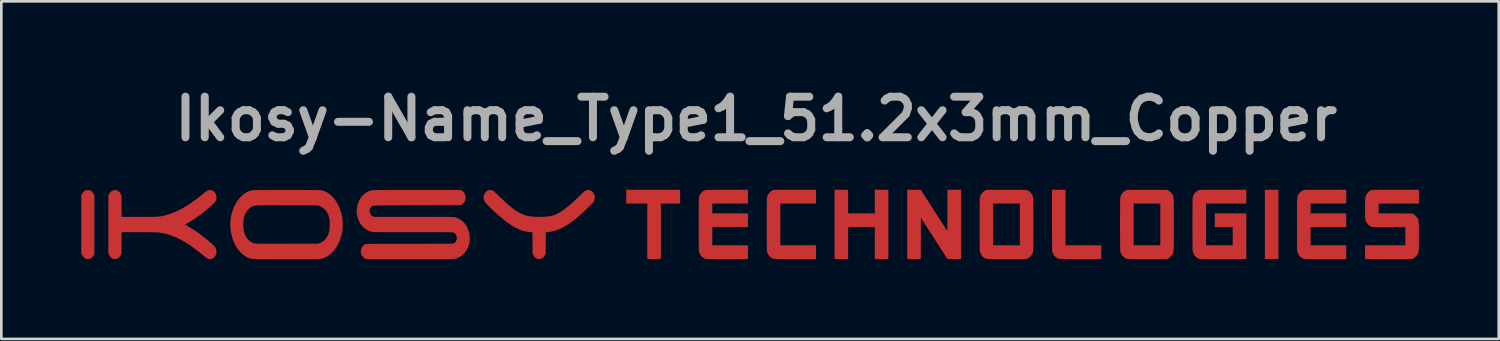
<source format=kicad_pcb>
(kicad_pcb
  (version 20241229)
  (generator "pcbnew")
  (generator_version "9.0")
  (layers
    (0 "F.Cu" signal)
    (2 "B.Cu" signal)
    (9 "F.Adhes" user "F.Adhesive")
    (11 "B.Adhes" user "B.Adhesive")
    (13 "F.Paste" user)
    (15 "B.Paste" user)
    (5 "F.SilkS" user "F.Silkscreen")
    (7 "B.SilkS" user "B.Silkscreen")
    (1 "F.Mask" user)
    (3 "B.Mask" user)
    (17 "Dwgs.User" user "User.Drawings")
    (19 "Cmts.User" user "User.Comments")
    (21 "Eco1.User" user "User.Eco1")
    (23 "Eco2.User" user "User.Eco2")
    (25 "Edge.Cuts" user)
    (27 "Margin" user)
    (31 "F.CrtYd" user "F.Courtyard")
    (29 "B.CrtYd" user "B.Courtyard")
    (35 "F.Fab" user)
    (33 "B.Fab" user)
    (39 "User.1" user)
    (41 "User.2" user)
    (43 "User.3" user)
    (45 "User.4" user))
  (footprint "Ikosy-Name_Type1_51.2x3mm_Copper"
    (layer "F.Cu")
    (at 25.363 5.418)
    (property "Reference" "Ikosy-Name_Type1_51.2x3mm_Copper" (at 0 -4 0) (layer "F.Fab") (effects (font (size 1.524 1.524) (thickness 0.3))))
    (attr board_only exclude_from_pos_files exclude_from_bom)
    (fp_poly (pts (xy 19.624 1.267) (xy 19.115 1.267) (xy 19.115 -1.338) (xy 19.624 -1.338)) (stroke (width 0) (type solid)) (fill yes) (layer "F.Cu"))
    (fp_poly (pts (xy -2.857 -0.821) (xy -3.581 -0.821) (xy -3.581 1.267) (xy -4.09 1.267) (xy -4.09 -0.821) (xy -4.88 -0.821) (xy -4.88 -1.338) (xy -2.857 -1.338)) (stroke (width 0) (type solid)) (fill yes) (layer "F.Cu"))
    (fp_poly (pts (xy 3.456 -0.451) (xy 4.458 -0.451) (xy 4.458 -1.338) (xy 4.968 -1.338) (xy 4.968 1.267) (xy 4.458 1.267) (xy 4.458 0.067) (xy 3.456 0.067) (xy 3.456 1.267) (xy 2.946 1.267) (xy 2.946 -1.338) (xy 3.456 -1.338)) (stroke (width 0) (type solid)) (fill yes) (layer "F.Cu"))
    (fp_poly (pts (xy 6.187 -1.334) (xy 7.183 0.212) (xy 7.185 -0.563) (xy 7.188 -1.338) (xy 7.697 -1.338) (xy 7.697 1.268) (xy 7.441 1.265) (xy 7.185 1.263) (xy 6.687 0.49) (xy 6.189 -0.283) (xy 6.187 0.492) (xy 6.185 1.267) (xy 5.675 1.267) (xy 5.675 -1.339)) (stroke (width 0) (type solid)) (fill yes) (layer "F.Cu"))
    (fp_poly (pts (xy -25.073 -1.325) (xy -25.047 -1.323) (xy -25.027 -1.317) (xy -25.006 -1.306) (xy -25.002 -1.304) (xy -24.951 -1.266) (xy -24.91 -1.216) (xy -24.89 -1.182) (xy -24.867 -1.137) (xy -24.867 1.074) (xy -24.884 1.113) (xy -24.913 1.16) (xy -24.952 1.203) (xy -24.996 1.237) (xy -25.013 1.246) (xy -25.065 1.264) (xy -25.122 1.268) (xy -25.178 1.258) (xy -25.204 1.248) (xy -25.245 1.222) (xy -25.284 1.184) (xy -25.318 1.14) (xy -25.341 1.096) (xy -25.36 1.049) (xy -25.36 -1.112) (xy -25.341 -1.159) (xy -25.318 -1.202) (xy -25.287 -1.245) (xy -25.25 -1.281) (xy -25.214 -1.307) (xy -25.213 -1.308) (xy -25.191 -1.318) (xy -25.167 -1.323) (xy -25.134 -1.326) (xy -25.109 -1.326)) (stroke (width 0) (type solid)) (fill yes) (layer "F.Cu"))
    (fp_poly (pts (xy 11.626 0.749) (xy 12.966 0.749) (xy 12.966 1.267) (xy 12.183 1.267) (xy 12.046 1.267) (xy 11.925 1.266) (xy 11.819 1.266) (xy 11.726 1.266) (xy 11.646 1.265) (xy 11.578 1.264) (xy 11.521 1.264) (xy 11.475 1.263) (xy 11.438 1.262) (xy 11.409 1.26) (xy 11.388 1.259) (xy 11.374 1.257) (xy 11.366 1.255) (xy 11.304 1.228) (xy 11.248 1.187) (xy 11.199 1.135) (xy 11.161 1.074) (xy 11.133 1.007) (xy 11.125 0.972) (xy 11.124 0.957) (xy 11.122 0.925) (xy 11.121 0.877) (xy 11.12 0.814) (xy 11.12 0.735) (xy 11.119 0.64) (xy 11.118 0.531) (xy 11.118 0.406) (xy 11.117 0.267) (xy 11.117 0.113) (xy 11.117 -0.055) (xy 11.117 -0.205) (xy 11.117 -1.338) (xy 11.626 -1.338)) (stroke (width 0) (type solid)) (fill yes) (layer "F.Cu"))
    (fp_poly (pts (xy 2.247 -0.821) (xy 0.907 -0.821) (xy 0.907 0.749) (xy 2.247 0.749) (xy 2.247 1.267) (xy 1.464 1.267) (xy 1.327 1.267) (xy 1.206 1.266) (xy 1.1 1.266) (xy 1.007 1.266) (xy 0.927 1.265) (xy 0.859 1.264) (xy 0.802 1.264) (xy 0.756 1.263) (xy 0.719 1.262) (xy 0.69 1.26) (xy 0.669 1.259) (xy 0.655 1.257) (xy 0.647 1.255) (xy 0.585 1.228) (xy 0.529 1.187) (xy 0.481 1.135) (xy 0.442 1.074) (xy 0.414 1.007) (xy 0.406 0.972) (xy 0.405 0.956) (xy 0.403 0.924) (xy 0.402 0.876) (xy 0.401 0.813) (xy 0.4 0.734) (xy 0.399 0.641) (xy 0.399 0.532) (xy 0.398 0.41) (xy 0.398 0.273) (xy 0.398 0.123) (xy 0.398 -0.036) (xy 0.398 -0.199) (xy 0.398 -0.349) (xy 0.398 -0.485) (xy 0.399 -0.607) (xy 0.399 -0.715) (xy 0.4 -0.808) (xy 0.401 -0.886) (xy 0.402 -0.949) (xy 0.403 -0.997) (xy 0.405 -1.028) (xy 0.406 -1.043) (xy 0.427 -1.112) (xy 0.46 -1.177) (xy 0.505 -1.234) (xy 0.558 -1.281) (xy 0.602 -1.307) (xy 0.656 -1.334) (xy 1.452 -1.337) (xy 2.247 -1.339)) (stroke (width 0) (type solid)) (fill yes) (layer "F.Cu"))
    (fp_poly (pts (xy -0.309 -0.821) (xy -1.649 -0.821) (xy -1.649 -0.451) (xy -0.309 -0.451) (xy -0.309 0.067) (xy -1.649 0.067) (xy -1.649 0.749) (xy -0.309 0.749) (xy -0.309 1.267) (xy -1.092 1.267) (xy -1.229 1.267) (xy -1.35 1.266) (xy -1.457 1.266) (xy -1.55 1.266) (xy -1.629 1.265) (xy -1.697 1.264) (xy -1.754 1.264) (xy -1.8 1.263) (xy -1.838 1.262) (xy -1.866 1.26) (xy -1.887 1.259) (xy -1.902 1.257) (xy -1.91 1.255) (xy -1.971 1.228) (xy -2.027 1.187) (xy -2.076 1.135) (xy -2.115 1.074) (xy -2.142 1.007) (xy -2.15 0.972) (xy -2.152 0.956) (xy -2.153 0.924) (xy -2.154 0.876) (xy -2.155 0.813) (xy -2.156 0.734) (xy -2.157 0.641) (xy -2.158 0.532) (xy -2.158 0.41) (xy -2.158 0.273) (xy -2.159 0.123) (xy -2.159 -0.036) (xy -2.159 -0.199) (xy -2.158 -0.349) (xy -2.158 -0.485) (xy -2.158 -0.607) (xy -2.157 -0.715) (xy -2.156 -0.808) (xy -2.155 -0.886) (xy -2.154 -0.949) (xy -2.153 -0.997) (xy -2.152 -1.028) (xy -2.15 -1.043) (xy -2.13 -1.112) (xy -2.096 -1.177) (xy -2.052 -1.234) (xy -1.999 -1.281) (xy -1.955 -1.307) (xy -1.9 -1.334) (xy -1.105 -1.337) (xy -0.309 -1.339)) (stroke (width 0) (type solid)) (fill yes) (layer "F.Cu"))
    (fp_poly (pts (xy 22.173 -0.821) (xy 20.833 -0.821) (xy 20.833 -0.451) (xy 22.173 -0.451) (xy 22.173 0.067) (xy 20.833 0.067) (xy 20.833 0.749) (xy 22.173 0.749) (xy 22.173 1.267) (xy 21.39 1.267) (xy 21.253 1.267) (xy 21.132 1.266) (xy 21.025 1.266) (xy 20.932 1.266) (xy 20.852 1.265) (xy 20.785 1.264) (xy 20.728 1.264) (xy 20.681 1.263) (xy 20.644 1.262) (xy 20.616 1.26) (xy 20.594 1.259) (xy 20.58 1.257) (xy 20.572 1.255) (xy 20.511 1.228) (xy 20.455 1.187) (xy 20.406 1.135) (xy 20.367 1.074) (xy 20.34 1.007) (xy 20.332 0.972) (xy 20.33 0.956) (xy 20.329 0.924) (xy 20.328 0.876) (xy 20.327 0.813) (xy 20.326 0.734) (xy 20.325 0.641) (xy 20.324 0.532) (xy 20.324 0.41) (xy 20.323 0.273) (xy 20.323 0.123) (xy 20.323 -0.036) (xy 20.323 -0.199) (xy 20.323 -0.349) (xy 20.324 -0.485) (xy 20.324 -0.607) (xy 20.325 -0.715) (xy 20.326 -0.808) (xy 20.327 -0.886) (xy 20.328 -0.949) (xy 20.329 -0.997) (xy 20.33 -1.028) (xy 20.332 -1.043) (xy 20.352 -1.112) (xy 20.386 -1.177) (xy 20.43 -1.234) (xy 20.483 -1.281) (xy 20.527 -1.307) (xy 20.582 -1.334) (xy 21.377 -1.337) (xy 22.173 -1.339)) (stroke (width 0) (type solid)) (fill yes) (layer "F.Cu"))
    (fp_poly (pts (xy 18.416 -0.821) (xy 16.904 -0.821) (xy 16.904 0.749) (xy 17.906 0.749) (xy 17.906 0.067) (xy 17.232 0.067) (xy 17.232 -0.451) (xy 18.416 -0.451) (xy 18.416 1.267) (xy 17.547 1.267) (xy 17.403 1.267) (xy 17.274 1.266) (xy 17.16 1.266) (xy 17.06 1.266) (xy 16.973 1.265) (xy 16.899 1.265) (xy 16.836 1.264) (xy 16.783 1.263) (xy 16.74 1.262) (xy 16.706 1.261) (xy 16.68 1.26) (xy 16.661 1.258) (xy 16.648 1.257) (xy 16.643 1.255) (xy 16.581 1.228) (xy 16.525 1.187) (xy 16.477 1.135) (xy 16.438 1.074) (xy 16.411 1.007) (xy 16.402 0.972) (xy 16.401 0.956) (xy 16.4 0.924) (xy 16.398 0.876) (xy 16.397 0.813) (xy 16.396 0.734) (xy 16.396 0.641) (xy 16.395 0.532) (xy 16.395 0.41) (xy 16.394 0.273) (xy 16.394 0.123) (xy 16.394 -0.036) (xy 16.394 -0.199) (xy 16.394 -0.349) (xy 16.395 -0.485) (xy 16.395 -0.607) (xy 16.396 -0.715) (xy 16.397 -0.808) (xy 16.397 -0.886) (xy 16.398 -0.949) (xy 16.4 -0.997) (xy 16.401 -1.028) (xy 16.402 -1.043) (xy 16.423 -1.112) (xy 16.457 -1.177) (xy 16.501 -1.234) (xy 16.554 -1.281) (xy 16.598 -1.307) (xy 16.653 -1.334) (xy 17.534 -1.337) (xy 18.416 -1.339)) (stroke (width 0) (type solid)) (fill yes) (layer "F.Cu"))
    (fp_poly (pts (xy 24.902 -0.821) (xy 23.389 -0.821) (xy 23.389 -0.451) (xy 24.016 -0.449) (xy 24.643 -0.447) (xy 24.691 -0.424) (xy 24.733 -0.398) (xy 24.777 -0.361) (xy 24.817 -0.318) (xy 24.849 -0.273) (xy 24.855 -0.264) (xy 24.864 -0.247) (xy 24.871 -0.23) (xy 24.878 -0.213) (xy 24.884 -0.193) (xy 24.888 -0.17) (xy 24.892 -0.143) (xy 24.895 -0.109) (xy 24.897 -0.069) (xy 24.899 -0.019) (xy 24.9 0.04) (xy 24.901 0.11) (xy 24.901 0.193) (xy 24.901 0.29) (xy 24.901 0.402) (xy 24.901 0.408) (xy 24.901 0.521) (xy 24.901 0.618) (xy 24.901 0.702) (xy 24.9 0.773) (xy 24.899 0.833) (xy 24.897 0.883) (xy 24.895 0.924) (xy 24.892 0.958) (xy 24.888 0.986) (xy 24.884 1.009) (xy 24.878 1.028) (xy 24.872 1.046) (xy 24.864 1.062) (xy 24.855 1.079) (xy 24.855 1.08) (xy 24.825 1.125) (xy 24.786 1.169) (xy 24.743 1.208) (xy 24.7 1.236) (xy 24.691 1.241) (xy 24.643 1.263) (xy 23.761 1.265) (xy 22.88 1.268) (xy 22.88 0.749) (xy 24.392 0.749) (xy 24.392 0.068) (xy 23.765 0.065) (xy 23.138 0.063) (xy 23.091 0.041) (xy 23.031 0.004) (xy 22.978 -0.046) (xy 22.935 -0.106) (xy 22.903 -0.174) (xy 22.892 -0.209) (xy 22.889 -0.23) (xy 22.886 -0.267) (xy 22.883 -0.315) (xy 22.881 -0.373) (xy 22.88 -0.439) (xy 22.879 -0.511) (xy 22.878 -0.586) (xy 22.878 -0.663) (xy 22.879 -0.739) (xy 22.88 -0.812) (xy 22.881 -0.88) (xy 22.883 -0.941) (xy 22.885 -0.992) (xy 22.888 -1.032) (xy 22.891 -1.058) (xy 22.892 -1.063) (xy 22.918 -1.134) (xy 22.956 -1.198) (xy 23.005 -1.253) (xy 23.062 -1.296) (xy 23.091 -1.312) (xy 23.138 -1.334) (xy 24.02 -1.337) (xy 24.902 -1.339)) (stroke (width 0) (type solid)) (fill yes) (layer "F.Cu"))
    (fp_poly (pts (xy 10.207 -1.312) (xy 10.249 -1.286) (xy 10.293 -1.25) (xy 10.333 -1.207) (xy 10.365 -1.163) (xy 10.371 -1.152) (xy 10.378 -1.139) (xy 10.384 -1.127) (xy 10.39 -1.115) (xy 10.394 -1.101) (xy 10.399 -1.086) (xy 10.402 -1.068) (xy 10.406 -1.046) (xy 10.408 -1.02) (xy 10.41 -0.987) (xy 10.412 -0.948) (xy 10.414 -0.902) (xy 10.415 -0.847) (xy 10.416 -0.783) (xy 10.417 -0.708) (xy 10.417 -0.623) (xy 10.417 -0.525) (xy 10.418 -0.415) (xy 10.418 -0.29) (xy 10.418 -0.151) (xy 10.418 -0.036) (xy 10.418 0.116) (xy 10.418 0.251) (xy 10.418 0.372) (xy 10.417 0.48) (xy 10.417 0.574) (xy 10.417 0.657) (xy 10.416 0.729) (xy 10.415 0.79) (xy 10.414 0.843) (xy 10.412 0.887) (xy 10.41 0.925) (xy 10.408 0.955) (xy 10.405 0.981) (xy 10.401 1.002) (xy 10.398 1.019) (xy 10.393 1.034) (xy 10.388 1.047) (xy 10.383 1.059) (xy 10.376 1.071) (xy 10.371 1.081) (xy 10.342 1.125) (xy 10.303 1.168) (xy 10.26 1.207) (xy 10.217 1.236) (xy 10.207 1.241) (xy 10.159 1.263) (xy 9.419 1.265) (xy 9.287 1.265) (xy 9.17 1.265) (xy 9.068 1.265) (xy 8.98 1.265) (xy 8.904 1.265) (xy 8.84 1.264) (xy 8.787 1.263) (xy 8.743 1.263) (xy 8.709 1.262) (xy 8.683 1.26) (xy 8.664 1.259) (xy 8.651 1.257) (xy 8.645 1.255) (xy 8.583 1.228) (xy 8.527 1.186) (xy 8.478 1.134) (xy 8.439 1.073) (xy 8.412 1.006) (xy 8.404 0.972) (xy 8.403 0.956) (xy 8.401 0.924) (xy 8.4 0.876) (xy 8.399 0.813) (xy 8.399 0.749) (xy 8.905 0.749) (xy 9.908 0.749) (xy 9.908 -0.821) (xy 8.905 -0.821) (xy 8.905 0.749) (xy 8.399 0.749) (xy 8.398 0.734) (xy 8.398 0.641) (xy 8.397 0.532) (xy 8.396 0.41) (xy 8.396 0.273) (xy 8.396 0.123) (xy 8.396 -0.036) (xy 8.396 -0.199) (xy 8.396 -0.349) (xy 8.396 -0.485) (xy 8.397 -0.607) (xy 8.398 -0.715) (xy 8.398 -0.808) (xy 8.399 -0.886) (xy 8.4 -0.949) (xy 8.402 -0.997) (xy 8.403 -1.028) (xy 8.404 -1.043) (xy 8.425 -1.112) (xy 8.458 -1.177) (xy 8.503 -1.234) (xy 8.556 -1.281) (xy 8.6 -1.307) (xy 8.654 -1.334) (xy 10.159 -1.334)) (stroke (width 0) (type solid)) (fill yes) (layer "F.Cu"))
    (fp_poly (pts (xy 15.484 -1.312) (xy 15.526 -1.286) (xy 15.57 -1.25) (xy 15.61 -1.207) (xy 15.642 -1.163) (xy 15.648 -1.152) (xy 15.655 -1.139) (xy 15.661 -1.127) (xy 15.667 -1.115) (xy 15.672 -1.101) (xy 15.676 -1.086) (xy 15.68 -1.068) (xy 15.683 -1.046) (xy 15.686 -1.02) (xy 15.688 -0.987) (xy 15.69 -0.948) (xy 15.691 -0.902) (xy 15.692 -0.847) (xy 15.693 -0.783) (xy 15.694 -0.708) (xy 15.694 -0.623) (xy 15.695 -0.525) (xy 15.695 -0.415) (xy 15.695 -0.29) (xy 15.695 -0.151) (xy 15.695 -0.036) (xy 15.695 0.116) (xy 15.695 0.251) (xy 15.695 0.372) (xy 15.695 0.48) (xy 15.694 0.574) (xy 15.694 0.657) (xy 15.693 0.729) (xy 15.692 0.79) (xy 15.691 0.843) (xy 15.689 0.887) (xy 15.687 0.925) (xy 15.685 0.955) (xy 15.682 0.981) (xy 15.679 1.002) (xy 15.675 1.019) (xy 15.671 1.034) (xy 15.666 1.047) (xy 15.66 1.059) (xy 15.654 1.071) (xy 15.648 1.081) (xy 15.619 1.125) (xy 15.581 1.168) (xy 15.538 1.207) (xy 15.494 1.236) (xy 15.484 1.241) (xy 15.436 1.263) (xy 14.696 1.265) (xy 14.564 1.265) (xy 14.448 1.265) (xy 14.345 1.265) (xy 14.257 1.265) (xy 14.181 1.265) (xy 14.117 1.264) (xy 14.064 1.263) (xy 14.021 1.263) (xy 13.986 1.262) (xy 13.96 1.26) (xy 13.941 1.259) (xy 13.928 1.257) (xy 13.922 1.255) (xy 13.86 1.228) (xy 13.804 1.186) (xy 13.755 1.134) (xy 13.717 1.073) (xy 13.69 1.006) (xy 13.681 0.972) (xy 13.68 0.956) (xy 13.679 0.924) (xy 13.678 0.876) (xy 13.677 0.813) (xy 13.676 0.749) (xy 14.183 0.749) (xy 15.186 0.749) (xy 15.186 -0.821) (xy 14.183 -0.821) (xy 14.183 0.749) (xy 13.676 0.749) (xy 13.676 0.734) (xy 13.675 0.641) (xy 13.674 0.532) (xy 13.674 0.41) (xy 13.673 0.273) (xy 13.673 0.123) (xy 13.673 -0.036) (xy 13.673 -0.199) (xy 13.673 -0.349) (xy 13.674 -0.485) (xy 13.674 -0.607) (xy 13.675 -0.715) (xy 13.676 -0.808) (xy 13.677 -0.886) (xy 13.678 -0.949) (xy 13.679 -0.997) (xy 13.68 -1.028) (xy 13.681 -1.043) (xy 13.702 -1.112) (xy 13.736 -1.177) (xy 13.78 -1.234) (xy 13.833 -1.281) (xy 13.877 -1.307) (xy 13.932 -1.334) (xy 15.436 -1.334)) (stroke (width 0) (type solid)) (fill yes) (layer "F.Cu"))
    (fp_poly (pts (xy -9.954 -1.327) (xy -9.929 -1.321) (xy -9.903 -1.309) (xy -9.874 -1.29) (xy -9.841 -1.264) (xy -9.801 -1.229) (xy -9.753 -1.184) (xy -9.71 -1.143) (xy -9.598 -1.036) (xy -9.496 -0.94) (xy -9.403 -0.855) (xy -9.318 -0.779) (xy -9.239 -0.712) (xy -9.166 -0.653) (xy -9.097 -0.602) (xy -9.031 -0.556) (xy -8.968 -0.516) (xy -8.906 -0.48) (xy -8.853 -0.452) (xy -8.772 -0.414) (xy -8.695 -0.385) (xy -8.619 -0.362) (xy -8.538 -0.345) (xy -8.447 -0.333) (xy -8.386 -0.328) (xy -8.305 -0.323) (xy -8.217 -0.32) (xy -8.126 -0.32) (xy -8.034 -0.321) (xy -7.945 -0.325) (xy -7.864 -0.33) (xy -7.792 -0.338) (xy -7.745 -0.345) (xy -7.669 -0.361) (xy -7.593 -0.385) (xy -7.515 -0.417) (xy -7.434 -0.457) (xy -7.35 -0.507) (xy -7.261 -0.565) (xy -7.168 -0.634) (xy -7.068 -0.713) (xy -6.962 -0.803) (xy -6.849 -0.905) (xy -6.727 -1.019) (xy -6.622 -1.121) (xy -6.566 -1.175) (xy -6.519 -1.219) (xy -6.481 -1.254) (xy -6.449 -1.28) (xy -6.421 -1.299) (xy -6.396 -1.313) (xy -6.373 -1.321) (xy -6.349 -1.326) (xy -6.325 -1.329) (xy -6.268 -1.325) (xy -6.216 -1.308) (xy -6.17 -1.278) (xy -6.131 -1.239) (xy -6.1 -1.191) (xy -6.078 -1.137) (xy -6.067 -1.078) (xy -6.067 -1.017) (xy -6.08 -0.955) (xy -6.097 -0.911) (xy -6.107 -0.892) (xy -6.12 -0.872) (xy -6.137 -0.85) (xy -6.16 -0.825) (xy -6.19 -0.793) (xy -6.229 -0.753) (xy -6.264 -0.719) (xy -6.404 -0.583) (xy -6.537 -0.459) (xy -6.662 -0.348) (xy -6.781 -0.248) (xy -6.894 -0.16) (xy -7.003 -0.081) (xy -7.108 -0.011) (xy -7.211 0.05) (xy -7.299 0.096) (xy -7.434 0.157) (xy -7.564 0.203) (xy -7.692 0.235) (xy -7.82 0.252) (xy -7.829 0.253) (xy -7.904 0.259) (xy -7.906 0.662) (xy -7.909 1.066) (xy -7.936 1.121) (xy -7.97 1.176) (xy -8.013 1.218) (xy -8.063 1.248) (xy -8.117 1.265) (xy -8.173 1.268) (xy -8.229 1.255) (xy -8.247 1.248) (xy -8.299 1.215) (xy -8.343 1.168) (xy -8.376 1.112) (xy -8.402 1.058) (xy -8.404 0.658) (xy -8.407 0.259) (xy -8.485 0.253) (xy -8.591 0.241) (xy -8.695 0.221) (xy -8.799 0.192) (xy -8.905 0.153) (xy -9.012 0.103) (xy -9.122 0.043) (xy -9.236 -0.028) (xy -9.354 -0.111) (xy -9.478 -0.206) (xy -9.608 -0.314) (xy -9.746 -0.435) (xy -9.803 -0.488) (xy -9.872 -0.552) (xy -9.938 -0.615) (xy -9.999 -0.675) (xy -10.055 -0.732) (xy -10.105 -0.783) (xy -10.146 -0.828) (xy -10.178 -0.865) (xy -10.2 -0.894) (xy -10.209 -0.907) (xy -10.233 -0.973) (xy -10.243 -1.041) (xy -10.237 -1.108) (xy -10.217 -1.172) (xy -10.183 -1.23) (xy -10.164 -1.252) (xy -10.123 -1.29) (xy -10.079 -1.314) (xy -10.027 -1.326) (xy -10.007 -1.328) (xy -9.979 -1.329)) (stroke (width 0) (type solid)) (fill yes) (layer "F.Cu"))
    (fp_poly (pts (xy -24.059 -1.328) (xy -24.007 -1.312) (xy -23.958 -1.283) (xy -23.915 -1.24) (xy -23.878 -1.184) (xy -23.873 -1.174) (xy -23.847 -1.121) (xy -23.845 -0.72) (xy -23.842 -0.319) (xy -23.195 -0.319) (xy -23.065 -0.319) (xy -22.95 -0.319) (xy -22.849 -0.32) (xy -22.76 -0.32) (xy -22.682 -0.321) (xy -22.615 -0.323) (xy -22.557 -0.325) (xy -22.505 -0.327) (xy -22.461 -0.33) (xy -22.421 -0.334) (xy -22.385 -0.338) (xy -22.351 -0.343) (xy -22.318 -0.35) (xy -22.285 -0.357) (xy -22.251 -0.364) (xy -22.236 -0.368) (xy -22.094 -0.407) (xy -21.952 -0.456) (xy -21.809 -0.514) (xy -21.665 -0.583) (xy -21.517 -0.663) (xy -21.366 -0.755) (xy -21.211 -0.858) (xy -21.049 -0.974) (xy -20.882 -1.104) (xy -20.744 -1.216) (xy -20.695 -1.255) (xy -20.656 -1.284) (xy -20.622 -1.305) (xy -20.592 -1.318) (xy -20.563 -1.326) (xy -20.538 -1.329) (xy -20.479 -1.325) (xy -20.425 -1.307) (xy -20.376 -1.274) (xy -20.335 -1.229) (xy -20.303 -1.173) (xy -20.291 -1.139) (xy -20.277 -1.07) (xy -20.279 -1.003) (xy -20.298 -0.939) (xy -20.333 -0.878) (xy -20.337 -0.872) (xy -20.358 -0.848) (xy -20.39 -0.816) (xy -20.431 -0.776) (xy -20.481 -0.732) (xy -20.537 -0.683) (xy -20.597 -0.631) (xy -20.66 -0.579) (xy -20.724 -0.526) (xy -20.787 -0.476) (xy -20.848 -0.428) (xy -20.905 -0.385) (xy -20.933 -0.365) (xy -20.985 -0.329) (xy -21.043 -0.29) (xy -21.105 -0.249) (xy -21.168 -0.207) (xy -21.231 -0.168) (xy -21.29 -0.131) (xy -21.344 -0.098) (xy -21.39 -0.072) (xy -21.425 -0.053) (xy -21.433 -0.049) (xy -21.45 -0.04) (xy -21.459 -0.033) (xy -21.459 -0.032) (xy -21.452 -0.027) (xy -21.434 -0.014) (xy -21.405 0.003) (xy -21.371 0.023) (xy -21.351 0.034) (xy -21.229 0.107) (xy -21.112 0.18) (xy -20.998 0.257) (xy -20.884 0.339) (xy -20.768 0.429) (xy -20.645 0.528) (xy -20.557 0.602) (xy -20.49 0.661) (xy -20.434 0.711) (xy -20.389 0.754) (xy -20.353 0.791) (xy -20.326 0.825) (xy -20.306 0.856) (xy -20.292 0.886) (xy -20.284 0.917) (xy -20.279 0.95) (xy -20.278 0.962) (xy -20.28 1.028) (xy -20.295 1.089) (xy -20.321 1.144) (xy -20.356 1.192) (xy -20.4 1.229) (xy -20.45 1.255) (xy -20.506 1.267) (xy -20.522 1.267) (xy -20.55 1.266) (xy -20.576 1.261) (xy -20.602 1.252) (xy -20.631 1.236) (xy -20.665 1.213) (xy -20.707 1.182) (xy -20.758 1.141) (xy -20.765 1.135) (xy -20.835 1.078) (xy -20.91 1.019) (xy -20.987 0.959) (xy -21.065 0.9) (xy -21.14 0.844) (xy -21.211 0.793) (xy -21.274 0.749) (xy -21.327 0.713) (xy -21.328 0.712) (xy -21.512 0.599) (xy -21.694 0.502) (xy -21.873 0.421) (xy -22.049 0.356) (xy -22.223 0.307) (xy -22.394 0.275) (xy -22.478 0.265) (xy -22.501 0.263) (xy -22.54 0.262) (xy -22.593 0.261) (xy -22.658 0.259) (xy -22.735 0.258) (xy -22.822 0.258) (xy -22.919 0.257) (xy -23.023 0.257) (xy -23.134 0.256) (xy -23.203 0.256) (xy -23.842 0.256) (xy -23.845 0.657) (xy -23.847 1.058) (xy -23.873 1.111) (xy -23.903 1.161) (xy -23.94 1.205) (xy -23.981 1.238) (xy -23.997 1.248) (xy -24.025 1.257) (xy -24.062 1.263) (xy -24.086 1.265) (xy -24.122 1.266) (xy -24.149 1.262) (xy -24.175 1.253) (xy -24.185 1.248) (xy -24.226 1.222) (xy -24.265 1.184) (xy -24.299 1.139) (xy -24.322 1.096) (xy -24.341 1.049) (xy -24.341 -1.112) (xy -24.322 -1.159) (xy -24.305 -1.191) (xy -24.283 -1.226) (xy -24.264 -1.249) (xy -24.217 -1.291) (xy -24.166 -1.318) (xy -24.113 -1.33)) (stroke (width 0) (type solid)) (fill yes) (layer "F.Cu"))
    (fp_poly (pts (xy -17.462 -1.331) (xy -17.334 -1.331) (xy -17.21 -1.331) (xy -17.089 -1.33) (xy -16.973 -1.33) (xy -16.864 -1.329) (xy -16.761 -1.328) (xy -16.667 -1.327) (xy -16.582 -1.326) (xy -16.508 -1.325) (xy -16.445 -1.324) (xy -16.396 -1.322) (xy -16.36 -1.321) (xy -16.339 -1.319) (xy -16.337 -1.319) (xy -16.24 -1.292) (xy -16.146 -1.251) (xy -16.056 -1.195) (xy -15.968 -1.123) (xy -15.93 -1.087) (xy -15.842 -0.986) (xy -15.763 -0.873) (xy -15.695 -0.747) (xy -15.637 -0.609) (xy -15.59 -0.461) (xy -15.553 -0.301) (xy -15.552 -0.295) (xy -15.546 -0.247) (xy -15.541 -0.188) (xy -15.538 -0.12) (xy -15.537 -0.048) (xy -15.537 0.026) (xy -15.539 0.096) (xy -15.543 0.159) (xy -15.549 0.212) (xy -15.552 0.232) (xy -15.588 0.392) (xy -15.634 0.539) (xy -15.691 0.675) (xy -15.759 0.799) (xy -15.838 0.911) (xy -15.927 1.013) (xy -15.931 1.017) (xy -16.017 1.095) (xy -16.103 1.158) (xy -16.192 1.206) (xy -16.283 1.24) (xy -16.34 1.254) (xy -16.35 1.256) (xy -16.362 1.258) (xy -16.378 1.259) (xy -16.397 1.26) (xy -16.421 1.262) (xy -16.45 1.263) (xy -16.486 1.263) (xy -16.529 1.264) (xy -16.58 1.265) (xy -16.64 1.265) (xy -16.709 1.266) (xy -16.788 1.266) (xy -16.878 1.266) (xy -16.98 1.266) (xy -17.095 1.266) (xy -17.223 1.266) (xy -17.366 1.266) (xy -17.523 1.266) (xy -17.659 1.266) (xy -17.802 1.266) (xy -17.941 1.266) (xy -18.074 1.266) (xy -18.201 1.265) (xy -18.321 1.265) (xy -18.433 1.265) (xy -18.536 1.264) (xy -18.63 1.264) (xy -18.712 1.264) (xy -18.783 1.263) (xy -18.842 1.263) (xy -18.887 1.263) (xy -18.918 1.262) (xy -18.934 1.262) (xy -18.936 1.262) (xy -19.037 1.237) (xy -19.135 1.196) (xy -19.228 1.14) (xy -19.318 1.068) (xy -19.337 1.051) (xy -19.428 0.953) (xy -19.509 0.844) (xy -19.579 0.725) (xy -19.638 0.597) (xy -19.687 0.462) (xy -19.723 0.321) (xy -19.747 0.176) (xy -19.759 0.029) (xy -19.759 -0.077) (xy -19.272 -0.077) (xy -19.272 0.025) (xy -19.264 0.124) (xy -19.25 0.218) (xy -19.235 0.28) (xy -19.202 0.366) (xy -19.159 0.446) (xy -19.105 0.517) (xy -19.043 0.578) (xy -18.974 0.627) (xy -18.899 0.663) (xy -18.843 0.68) (xy -18.834 0.681) (xy -18.819 0.683) (xy -18.8 0.684) (xy -18.774 0.685) (xy -18.741 0.686) (xy -18.701 0.687) (xy -18.652 0.688) (xy -18.594 0.688) (xy -18.526 0.689) (xy -18.448 0.689) (xy -18.358 0.689) (xy -18.256 0.69) (xy -18.14 0.69) (xy -18.011 0.69) (xy -17.868 0.69) (xy -17.709 0.689) (xy -17.629 0.689) (xy -16.466 0.688) (xy -16.412 0.669) (xy -16.333 0.634) (xy -16.259 0.585) (xy -16.194 0.523) (xy -16.137 0.451) (xy -16.093 0.37) (xy -16.085 0.352) (xy -16.061 0.286) (xy -16.043 0.217) (xy -16.031 0.141) (xy -16.025 0.056) (xy -16.023 -0.027) (xy -16.024 -0.111) (xy -16.028 -0.182) (xy -16.036 -0.245) (xy -16.049 -0.303) (xy -16.066 -0.362) (xy -16.072 -0.38) (xy -16.11 -0.468) (xy -16.161 -0.546) (xy -16.223 -0.615) (xy -16.294 -0.672) (xy -16.374 -0.716) (xy -16.405 -0.729) (xy -16.466 -0.751) (xy -17.621 -0.753) (xy -17.783 -0.753) (xy -17.93 -0.754) (xy -18.062 -0.754) (xy -18.179 -0.754) (xy -18.284 -0.754) (xy -18.377 -0.754) (xy -18.458 -0.754) (xy -18.529 -0.753) (xy -18.589 -0.753) (xy -18.641 -0.752) (xy -18.685 -0.752) (xy -18.721 -0.751) (xy -18.751 -0.75) (xy -18.775 -0.749) (xy -18.795 -0.748) (xy -18.81 -0.746) (xy -18.823 -0.744) (xy -18.833 -0.743) (xy -18.836 -0.742) (xy -18.886 -0.73) (xy -18.925 -0.716) (xy -18.962 -0.698) (xy -19.001 -0.673) (xy -19.001 -0.673) (xy -19.067 -0.619) (xy -19.126 -0.552) (xy -19.177 -0.476) (xy -19.217 -0.392) (xy -19.231 -0.352) (xy -19.252 -0.27) (xy -19.265 -0.176) (xy -19.272 -0.077) (xy -19.759 -0.077) (xy -19.758 -0.119) (xy -19.744 -0.267) (xy -19.716 -0.413) (xy -19.712 -0.429) (xy -19.668 -0.577) (xy -19.613 -0.714) (xy -19.548 -0.839) (xy -19.471 -0.953) (xy -19.383 -1.057) (xy -19.36 -1.08) (xy -19.279 -1.154) (xy -19.2 -1.214) (xy -19.121 -1.26) (xy -19.039 -1.294) (xy -18.953 -1.317) (xy -18.946 -1.319) (xy -18.929 -1.32) (xy -18.896 -1.322) (xy -18.849 -1.323) (xy -18.789 -1.325) (xy -18.717 -1.326) (xy -18.635 -1.327) (xy -18.543 -1.328) (xy -18.442 -1.329) (xy -18.333 -1.33) (xy -18.219 -1.33) (xy -18.099 -1.331) (xy -17.975 -1.331) (xy -17.848 -1.331) (xy -17.72 -1.332) (xy -17.591 -1.332)) (stroke (width 0) (type solid)) (fill yes) (layer "F.Cu"))
    (fp_poly (pts (xy -13.218 -1.33) (xy -13.044 -1.33) (xy -12.856 -1.33) (xy -12.752 -1.33) (xy -11.115 -1.33) (xy -11.073 -1.311) (xy -11.025 -1.279) (xy -10.981 -1.235) (xy -10.947 -1.182) (xy -10.941 -1.17) (xy -10.924 -1.118) (xy -10.917 -1.058) (xy -10.92 -0.996) (xy -10.932 -0.939) (xy -10.937 -0.926) (xy -10.965 -0.873) (xy -11.004 -0.826) (xy -11.051 -0.789) (xy -11.064 -0.781) (xy -11.106 -0.759) (xy -12.746 -0.755) (xy -12.941 -0.754) (xy -13.121 -0.754) (xy -13.285 -0.754) (xy -13.435 -0.753) (xy -13.572 -0.753) (xy -13.695 -0.753) (xy -13.806 -0.752) (xy -13.905 -0.752) (xy -13.993 -0.751) (xy -14.071 -0.75) (xy -14.139 -0.749) (xy -14.198 -0.748) (xy -14.249 -0.746) (xy -14.292 -0.745) (xy -14.329 -0.743) (xy -14.359 -0.741) (xy -14.383 -0.738) (xy -14.403 -0.735) (xy -14.418 -0.732) (xy -14.43 -0.728) (xy -14.438 -0.724) (xy -14.445 -0.719) (xy -14.45 -0.714) (xy -14.454 -0.708) (xy -14.458 -0.702) (xy -14.463 -0.695) (xy -14.469 -0.687) (xy -14.47 -0.686) (xy -14.497 -0.649) (xy -14.513 -0.609) (xy -14.521 -0.562) (xy -14.522 -0.532) (xy -14.514 -0.472) (xy -14.493 -0.42) (xy -14.458 -0.376) (xy -14.412 -0.343) (xy -14.403 -0.339) (xy -14.361 -0.319) (xy -12.879 -0.319) (xy -12.694 -0.319) (xy -12.525 -0.319) (xy -12.371 -0.319) (xy -12.231 -0.319) (xy -12.104 -0.319) (xy -11.99 -0.319) (xy -11.889 -0.318) (xy -11.799 -0.318) (xy -11.719 -0.318) (xy -11.649 -0.317) (xy -11.589 -0.317) (xy -11.537 -0.316) (xy -11.493 -0.315) (xy -11.455 -0.314) (xy -11.424 -0.313) (xy -11.399 -0.312) (xy -11.379 -0.311) (xy -11.362 -0.31) (xy -11.349 -0.309) (xy -11.339 -0.307) (xy -11.334 -0.306) (xy -11.241 -0.28) (xy -11.156 -0.241) (xy -11.076 -0.189) (xy -11.013 -0.135) (xy -10.954 -0.073) (xy -10.906 -0.01) (xy -10.863 0.061) (xy -10.844 0.101) (xy -10.803 0.205) (xy -10.775 0.312) (xy -10.762 0.419) (xy -10.761 0.526) (xy -10.773 0.632) (xy -10.797 0.734) (xy -10.832 0.832) (xy -10.878 0.923) (xy -10.935 1.007) (xy -11.002 1.082) (xy -11.079 1.147) (xy -11.165 1.199) (xy -11.218 1.223) (xy -11.23 1.229) (xy -11.241 1.233) (xy -11.252 1.237) (xy -11.263 1.241) (xy -11.275 1.245) (xy -11.289 1.248) (xy -11.305 1.251) (xy -11.325 1.253) (xy -11.348 1.256) (xy -11.376 1.258) (xy -11.409 1.26) (xy -11.448 1.261) (xy -11.493 1.262) (xy -11.546 1.263) (xy -11.607 1.264) (xy -11.677 1.265) (xy -11.756 1.266) (xy -11.845 1.266) (xy -11.945 1.267) (xy -12.056 1.267) (xy -12.18 1.267) (xy -12.316 1.267) (xy -12.467 1.267) (xy -12.631 1.267) (xy -12.811 1.267) (xy -13.006 1.267) (xy -13.017 1.267) (xy -14.657 1.267) (xy -14.699 1.248) (xy -14.74 1.222) (xy -14.779 1.184) (xy -14.813 1.139) (xy -14.835 1.096) (xy -14.847 1.051) (xy -14.853 0.998) (xy -14.852 0.944) (xy -14.845 0.897) (xy -14.844 0.893) (xy -14.827 0.85) (xy -14.801 0.806) (xy -14.77 0.767) (xy -14.745 0.744) (xy -14.738 0.738) (xy -14.731 0.732) (xy -14.725 0.727) (xy -14.718 0.722) (xy -14.71 0.718) (xy -14.701 0.714) (xy -14.689 0.711) (xy -14.674 0.708) (xy -14.655 0.705) (xy -14.632 0.703) (xy -14.603 0.701) (xy -14.569 0.699) (xy -14.528 0.697) (xy -14.479 0.696) (xy -14.423 0.695) (xy -14.358 0.694) (xy -14.284 0.693) (xy -14.2 0.693) (xy -14.105 0.692) (xy -13.999 0.692) (xy -13.88 0.692) (xy -13.749 0.692) (xy -13.605 0.692) (xy -13.446 0.692) (xy -13.272 0.692) (xy -13.084 0.692) (xy -13.012 0.692) (xy -12.816 0.692) (xy -12.636 0.692) (xy -12.471 0.692) (xy -12.321 0.692) (xy -12.185 0.691) (xy -12.062 0.691) (xy -11.951 0.691) (xy -11.853 0.691) (xy -11.765 0.69) (xy -11.689 0.69) (xy -11.622 0.689) (xy -11.565 0.689) (xy -11.517 0.688) (xy -11.477 0.687) (xy -11.444 0.686) (xy -11.418 0.685) (xy -11.398 0.684) (xy -11.384 0.683) (xy -11.375 0.682) (xy -11.371 0.681) (xy -11.325 0.654) (xy -11.29 0.616) (xy -11.266 0.572) (xy -11.252 0.522) (xy -11.248 0.47) (xy -11.255 0.418) (xy -11.272 0.369) (xy -11.3 0.325) (xy -11.339 0.29) (xy -11.369 0.272) (xy -11.374 0.27) (xy -11.379 0.268) (xy -11.387 0.267) (xy -11.396 0.265) (xy -11.409 0.264) (xy -11.426 0.263) (xy -11.448 0.262) (xy -11.475 0.261) (xy -11.508 0.26) (xy -11.547 0.259) (xy -11.594 0.259) (xy -11.65 0.258) (xy -11.714 0.258) (xy -11.788 0.258) (xy -11.873 0.257) (xy -11.969 0.257) (xy -12.076 0.257) (xy -12.196 0.257) (xy -12.329 0.257) (xy -12.477 0.257) (xy -12.639 0.256) (xy -12.816 0.256) (xy -12.887 0.256) (xy -13.074 0.256) (xy -13.246 0.256) (xy -13.402 0.256) (xy -13.544 0.256) (xy -13.673 0.256) (xy -13.788 0.256) (xy -13.892 0.256) (xy -13.985 0.255) (xy -14.067 0.255) (xy -14.139 0.254) (xy -14.202 0.253) (xy -14.257 0.252) (xy -14.304 0.251) (xy -14.344 0.249) (xy -14.378 0.247) (xy -14.407 0.246) (xy -14.431 0.243) (xy -14.451 0.241) (xy -14.468 0.238) (xy -14.483 0.235) (xy -14.496 0.231) (xy -14.508 0.227) (xy -14.519 0.223) (xy -14.531 0.218) (xy -14.537 0.216) (xy -14.611 0.181) (xy -14.685 0.133) (xy -14.755 0.075) (xy -14.819 0.009) (xy -14.847 -0.026) (xy -14.879 -0.073) (xy -14.911 -0.131) (xy -14.94 -0.193) (xy -14.965 -0.254) (xy -14.982 -0.307) (xy -15.004 -0.424) (xy -15.011 -0.541) (xy -15.003 -0.656) (xy -14.981 -0.768) (xy -14.944 -0.874) (xy -14.895 -0.975) (xy -14.832 -1.068) (xy -14.767 -1.14) (xy -14.71 -1.191) (xy -14.649 -1.234) (xy -14.579 -1.272) (xy -14.569 -1.277) (xy -14.556 -1.283) (xy -14.545 -1.289) (xy -14.534 -1.294) (xy -14.524 -1.299) (xy -14.512 -1.303) (xy -14.499 -1.307) (xy -14.483 -1.31) (xy -14.465 -1.314) (xy -14.444 -1.316) (xy -14.418 -1.319) (xy -14.387 -1.321) (xy -14.35 -1.323) (xy -14.307 -1.324) (xy -14.257 -1.326) (xy -14.2 -1.327) (xy -14.134 -1.328) (xy -14.058 -1.329) (xy -13.973 -1.329) (xy -13.878 -1.33) (xy -13.771 -1.33) (xy -13.652 -1.33) (xy -13.521 -1.33) (xy -13.376 -1.33)) (stroke (width 0) (type solid)) (fill yes) (layer "F.Cu"))
    (fp_poly (pts (xy 19.621 1.266) (xy 19.112 1.266) (xy 19.112 -1.34) (xy 19.621 -1.34)) (stroke (width 0) (type solid)) (fill yes) (layer "F.Mask"))
    (fp_poly (pts (xy -2.861 -0.822) (xy -3.584 -0.822) (xy -3.584 1.266) (xy -4.094 1.266) (xy -4.094 -0.822) (xy -4.883 -0.822) (xy -4.883 -1.34) (xy -2.861 -1.34)) (stroke (width 0) (type solid)) (fill yes) (layer "F.Mask"))
    (fp_poly (pts (xy 3.452 -0.452) (xy 4.455 -0.452) (xy 4.455 -1.34) (xy 4.965 -1.34) (xy 4.965 1.266) (xy 4.455 1.266) (xy 4.455 0.066) (xy 3.452 0.066) (xy 3.452 1.266) (xy 2.943 1.266) (xy 2.943 -1.34) (xy 3.452 -1.34)) (stroke (width 0) (type solid)) (fill yes) (layer "F.Mask"))
    (fp_poly (pts (xy 6.184 -1.336) (xy 7.18 0.21) (xy 7.182 -0.565) (xy 7.184 -1.34) (xy 7.694 -1.34) (xy 7.694 1.266) (xy 7.438 1.264) (xy 7.182 1.262) (xy 6.684 0.488) (xy 6.186 -0.285) (xy 6.184 0.49) (xy 6.181 1.266) (xy 5.672 1.266) (xy 5.672 -1.34)) (stroke (width 0) (type solid)) (fill yes) (layer "F.Mask"))
    (fp_poly (pts (xy -25.076 -1.327) (xy -25.05 -1.324) (xy -25.03 -1.318) (xy -25.009 -1.308) (xy -25.005 -1.306) (xy -24.954 -1.267) (xy -24.913 -1.218) (xy -24.893 -1.184) (xy -24.87 -1.138) (xy -24.87 1.073) (xy -24.888 1.111) (xy -24.916 1.158) (xy -24.955 1.201) (xy -24.999 1.236) (xy -25.016 1.245) (xy -25.068 1.262) (xy -25.125 1.266) (xy -25.181 1.256) (xy -25.207 1.247) (xy -25.248 1.22) (xy -25.287 1.183) (xy -25.321 1.138) (xy -25.344 1.095) (xy -25.363 1.048) (xy -25.363 -1.114) (xy -25.344 -1.161) (xy -25.321 -1.204) (xy -25.29 -1.246) (xy -25.253 -1.283) (xy -25.217 -1.309) (xy -25.216 -1.309) (xy -25.194 -1.319) (xy -25.17 -1.325) (xy -25.138 -1.327) (xy -25.112 -1.327)) (stroke (width 0) (type solid)) (fill yes) (layer "F.Mask"))
    (fp_poly (pts (xy 11.623 0.748) (xy 12.963 0.748) (xy 12.963 1.266) (xy 12.18 1.265) (xy 12.043 1.265) (xy 11.922 1.265) (xy 11.816 1.265) (xy 11.723 1.264) (xy 11.643 1.264) (xy 11.575 1.263) (xy 11.518 1.262) (xy 11.472 1.261) (xy 11.435 1.26) (xy 11.406 1.259) (xy 11.385 1.257) (xy 11.371 1.256) (xy 11.362 1.254) (xy 11.301 1.226) (xy 11.245 1.185) (xy 11.196 1.133) (xy 11.157 1.072) (xy 11.13 1.005) (xy 11.122 0.971) (xy 11.121 0.955) (xy 11.119 0.924) (xy 11.118 0.876) (xy 11.117 0.812) (xy 11.116 0.733) (xy 11.116 0.639) (xy 11.115 0.529) (xy 11.114 0.405) (xy 11.114 0.266) (xy 11.114 0.112) (xy 11.114 -0.056) (xy 11.114 -0.207) (xy 11.114 -1.34) (xy 11.623 -1.34)) (stroke (width 0) (type solid)) (fill yes) (layer "F.Mask"))
    (fp_poly (pts (xy 2.244 -0.822) (xy 0.904 -0.822) (xy 0.904 0.748) (xy 2.244 0.748) (xy 2.244 1.266) (xy 1.461 1.265) (xy 1.324 1.265) (xy 1.203 1.265) (xy 1.097 1.265) (xy 1.004 1.264) (xy 0.924 1.264) (xy 0.856 1.263) (xy 0.799 1.262) (xy 0.753 1.261) (xy 0.716 1.26) (xy 0.687 1.259) (xy 0.666 1.257) (xy 0.652 1.256) (xy 0.644 1.254) (xy 0.582 1.226) (xy 0.526 1.185) (xy 0.477 1.133) (xy 0.439 1.072) (xy 0.411 1.005) (xy 0.403 0.971) (xy 0.402 0.955) (xy 0.4 0.923) (xy 0.399 0.875) (xy 0.398 0.811) (xy 0.397 0.733) (xy 0.396 0.639) (xy 0.396 0.531) (xy 0.395 0.408) (xy 0.395 0.272) (xy 0.395 0.122) (xy 0.395 -0.037) (xy 0.395 -0.2) (xy 0.395 -0.35) (xy 0.395 -0.486) (xy 0.396 -0.608) (xy 0.396 -0.716) (xy 0.397 -0.809) (xy 0.398 -0.887) (xy 0.399 -0.95) (xy 0.4 -0.998) (xy 0.402 -1.03) (xy 0.403 -1.045) (xy 0.423 -1.113) (xy 0.457 -1.178) (xy 0.502 -1.235) (xy 0.555 -1.282) (xy 0.598 -1.309) (xy 0.653 -1.336) (xy 1.449 -1.338) (xy 2.244 -1.34)) (stroke (width 0) (type solid)) (fill yes) (layer "F.Mask"))
    (fp_poly (pts (xy -0.312 -0.822) (xy -1.652 -0.822) (xy -1.652 -0.452) (xy -0.312 -0.452) (xy -0.312 0.066) (xy -1.652 0.066) (xy -1.652 0.748) (xy -0.312 0.748) (xy -0.312 1.266) (xy -1.095 1.265) (xy -1.232 1.265) (xy -1.353 1.265) (xy -1.46 1.265) (xy -1.553 1.264) (xy -1.633 1.264) (xy -1.7 1.263) (xy -1.757 1.262) (xy -1.804 1.261) (xy -1.841 1.26) (xy -1.869 1.259) (xy -1.891 1.257) (xy -1.905 1.256) (xy -1.913 1.254) (xy -1.974 1.226) (xy -2.03 1.185) (xy -2.079 1.133) (xy -2.118 1.072) (xy -2.145 1.005) (xy -2.153 0.971) (xy -2.155 0.955) (xy -2.156 0.923) (xy -2.157 0.875) (xy -2.158 0.811) (xy -2.159 0.733) (xy -2.16 0.639) (xy -2.161 0.531) (xy -2.161 0.408) (xy -2.162 0.272) (xy -2.162 0.122) (xy -2.162 -0.037) (xy -2.162 -0.2) (xy -2.162 -0.35) (xy -2.161 -0.486) (xy -2.161 -0.608) (xy -2.16 -0.716) (xy -2.159 -0.809) (xy -2.158 -0.887) (xy -2.157 -0.95) (xy -2.156 -0.998) (xy -2.155 -1.03) (xy -2.153 -1.045) (xy -2.133 -1.113) (xy -2.099 -1.178) (xy -2.055 -1.235) (xy -2.002 -1.282) (xy -1.958 -1.309) (xy -1.903 -1.336) (xy -1.108 -1.338) (xy -0.312 -1.34)) (stroke (width 0) (type solid)) (fill yes) (layer "F.Mask"))
    (fp_poly (pts (xy 22.17 -0.822) (xy 20.83 -0.822) (xy 20.83 -0.452) (xy 22.17 -0.452) (xy 22.17 0.066) (xy 20.83 0.066) (xy 20.83 0.748) (xy 22.17 0.748) (xy 22.17 1.266) (xy 21.387 1.265) (xy 21.25 1.265) (xy 21.129 1.265) (xy 21.022 1.265) (xy 20.929 1.264) (xy 20.849 1.264) (xy 20.781 1.263) (xy 20.725 1.262) (xy 20.678 1.261) (xy 20.641 1.26) (xy 20.612 1.259) (xy 20.591 1.257) (xy 20.577 1.256) (xy 20.569 1.254) (xy 20.507 1.226) (xy 20.451 1.185) (xy 20.403 1.133) (xy 20.364 1.072) (xy 20.337 1.005) (xy 20.328 0.971) (xy 20.327 0.955) (xy 20.326 0.923) (xy 20.325 0.875) (xy 20.323 0.811) (xy 20.323 0.733) (xy 20.322 0.639) (xy 20.321 0.531) (xy 20.321 0.408) (xy 20.32 0.272) (xy 20.32 0.122) (xy 20.32 -0.037) (xy 20.32 -0.2) (xy 20.32 -0.35) (xy 20.321 -0.486) (xy 20.321 -0.608) (xy 20.322 -0.716) (xy 20.323 -0.809) (xy 20.323 -0.887) (xy 20.325 -0.95) (xy 20.326 -0.998) (xy 20.327 -1.03) (xy 20.328 -1.045) (xy 20.349 -1.113) (xy 20.383 -1.178) (xy 20.427 -1.235) (xy 20.48 -1.282) (xy 20.524 -1.309) (xy 20.579 -1.336) (xy 21.374 -1.338) (xy 22.17 -1.34)) (stroke (width 0) (type solid)) (fill yes) (layer "F.Mask"))
    (fp_poly (pts (xy 18.413 -0.822) (xy 16.9 -0.822) (xy 16.9 0.748) (xy 17.903 0.748) (xy 17.903 0.066) (xy 17.229 0.066) (xy 17.229 -0.452) (xy 18.413 -0.452) (xy 18.413 1.266) (xy 17.544 1.265) (xy 17.399 1.265) (xy 17.271 1.265) (xy 17.157 1.265) (xy 17.057 1.264) (xy 16.97 1.264) (xy 16.896 1.263) (xy 16.832 1.263) (xy 16.78 1.262) (xy 16.737 1.261) (xy 16.703 1.26) (xy 16.677 1.258) (xy 16.658 1.257) (xy 16.645 1.255) (xy 16.64 1.254) (xy 16.578 1.226) (xy 16.522 1.185) (xy 16.474 1.133) (xy 16.435 1.072) (xy 16.408 1.005) (xy 16.399 0.971) (xy 16.398 0.955) (xy 16.396 0.923) (xy 16.395 0.875) (xy 16.394 0.811) (xy 16.393 0.733) (xy 16.393 0.639) (xy 16.392 0.531) (xy 16.391 0.408) (xy 16.391 0.272) (xy 16.391 0.122) (xy 16.391 -0.037) (xy 16.391 -0.2) (xy 16.391 -0.35) (xy 16.391 -0.486) (xy 16.392 -0.608) (xy 16.393 -0.716) (xy 16.393 -0.809) (xy 16.394 -0.887) (xy 16.395 -0.95) (xy 16.397 -0.998) (xy 16.398 -1.03) (xy 16.399 -1.045) (xy 16.42 -1.113) (xy 16.453 -1.178) (xy 16.498 -1.235) (xy 16.551 -1.282) (xy 16.595 -1.309) (xy 16.649 -1.336) (xy 17.531 -1.338) (xy 18.413 -1.34)) (stroke (width 0) (type solid)) (fill yes) (layer "F.Mask"))
    (fp_poly (pts (xy 24.899 -0.822) (xy 23.386 -0.822) (xy 23.386 -0.453) (xy 24.013 -0.45) (xy 24.64 -0.448) (xy 24.688 -0.426) (xy 24.73 -0.4) (xy 24.774 -0.363) (xy 24.814 -0.32) (xy 24.846 -0.275) (xy 24.852 -0.265) (xy 24.861 -0.248) (xy 24.868 -0.231) (xy 24.875 -0.214) (xy 24.881 -0.195) (xy 24.885 -0.172) (xy 24.889 -0.144) (xy 24.892 -0.111) (xy 24.894 -0.07) (xy 24.896 -0.021) (xy 24.897 0.039) (xy 24.898 0.109) (xy 24.898 0.192) (xy 24.898 0.288) (xy 24.898 0.4) (xy 24.898 0.407) (xy 24.898 0.519) (xy 24.898 0.617) (xy 24.898 0.701) (xy 24.897 0.772) (xy 24.896 0.831) (xy 24.894 0.881) (xy 24.892 0.922) (xy 24.889 0.956) (xy 24.885 0.984) (xy 24.881 1.007) (xy 24.875 1.027) (xy 24.869 1.044) (xy 24.861 1.061) (xy 24.852 1.078) (xy 24.852 1.079) (xy 24.822 1.124) (xy 24.783 1.168) (xy 24.74 1.206) (xy 24.697 1.235) (xy 24.688 1.239) (xy 24.64 1.262) (xy 23.758 1.264) (xy 22.876 1.266) (xy 22.876 0.748) (xy 24.389 0.748) (xy 24.389 0.066) (xy 23.762 0.064) (xy 23.135 0.062) (xy 23.088 0.039) (xy 23.028 0.003) (xy 22.975 -0.047) (xy 22.932 -0.108) (xy 22.9 -0.176) (xy 22.889 -0.21) (xy 22.886 -0.232) (xy 22.883 -0.268) (xy 22.88 -0.316) (xy 22.878 -0.375) (xy 22.877 -0.441) (xy 22.876 -0.512) (xy 22.875 -0.588) (xy 22.875 -0.664) (xy 22.876 -0.74) (xy 22.876 -0.813) (xy 22.878 -0.881) (xy 22.88 -0.942) (xy 22.882 -0.993) (xy 22.885 -1.033) (xy 22.888 -1.059) (xy 22.889 -1.064) (xy 22.915 -1.135) (xy 22.953 -1.199) (xy 23.002 -1.254) (xy 23.059 -1.298) (xy 23.088 -1.314) (xy 23.135 -1.336) (xy 24.017 -1.338) (xy 24.899 -1.34)) (stroke (width 0) (type solid)) (fill yes) (layer "F.Mask"))
    (fp_poly (pts (xy 10.204 -1.313) (xy 10.246 -1.288) (xy 10.29 -1.251) (xy 10.33 -1.208) (xy 10.362 -1.164) (xy 10.368 -1.153) (xy 10.375 -1.14) (xy 10.381 -1.128) (xy 10.386 -1.116) (xy 10.391 -1.103) (xy 10.396 -1.088) (xy 10.399 -1.07) (xy 10.402 -1.048) (xy 10.405 -1.021) (xy 10.407 -0.989) (xy 10.409 -0.95) (xy 10.411 -0.903) (xy 10.412 -0.848) (xy 10.413 -0.784) (xy 10.414 -0.71) (xy 10.414 -0.624) (xy 10.414 -0.527) (xy 10.414 -0.416) (xy 10.415 -0.292) (xy 10.415 -0.152) (xy 10.415 -0.037) (xy 10.415 0.114) (xy 10.415 0.25) (xy 10.414 0.371) (xy 10.414 0.478) (xy 10.414 0.573) (xy 10.413 0.655) (xy 10.413 0.727) (xy 10.412 0.789) (xy 10.41 0.842) (xy 10.409 0.886) (xy 10.407 0.923) (xy 10.404 0.954) (xy 10.402 0.979) (xy 10.398 1) (xy 10.395 1.018) (xy 10.39 1.032) (xy 10.385 1.045) (xy 10.379 1.057) (xy 10.373 1.069) (xy 10.368 1.079) (xy 10.339 1.123) (xy 10.3 1.167) (xy 10.257 1.205) (xy 10.214 1.234) (xy 10.204 1.239) (xy 10.156 1.262) (xy 9.416 1.263) (xy 9.284 1.264) (xy 9.167 1.264) (xy 9.065 1.264) (xy 8.977 1.264) (xy 8.901 1.263) (xy 8.837 1.263) (xy 8.784 1.262) (xy 8.74 1.261) (xy 8.706 1.26) (xy 8.68 1.259) (xy 8.661 1.257) (xy 8.648 1.256) (xy 8.642 1.254) (xy 8.58 1.226) (xy 8.524 1.185) (xy 8.475 1.133) (xy 8.436 1.072) (xy 8.409 1.004) (xy 8.401 0.971) (xy 8.4 0.955) (xy 8.398 0.923) (xy 8.397 0.875) (xy 8.396 0.811) (xy 8.395 0.748) (xy 8.902 0.748) (xy 9.905 0.748) (xy 9.905 -0.822) (xy 8.902 -0.822) (xy 8.902 0.748) (xy 8.395 0.748) (xy 8.395 0.733) (xy 8.394 0.639) (xy 8.394 0.531) (xy 8.393 0.408) (xy 8.393 0.272) (xy 8.393 0.122) (xy 8.393 -0.037) (xy 8.393 -0.2) (xy 8.393 -0.35) (xy 8.393 -0.486) (xy 8.394 -0.608) (xy 8.394 -0.716) (xy 8.395 -0.809) (xy 8.396 -0.887) (xy 8.397 -0.95) (xy 8.398 -0.998) (xy 8.4 -1.03) (xy 8.401 -1.045) (xy 8.422 -1.113) (xy 8.455 -1.178) (xy 8.5 -1.235) (xy 8.553 -1.282) (xy 8.597 -1.309) (xy 8.651 -1.336) (xy 10.156 -1.336)) (stroke (width 0) (type solid)) (fill yes) (layer "F.Mask"))
    (fp_poly (pts (xy 15.481 -1.313) (xy 15.523 -1.288) (xy 15.567 -1.251) (xy 15.607 -1.208) (xy 15.639 -1.164) (xy 15.645 -1.153) (xy 15.652 -1.14) (xy 15.658 -1.128) (xy 15.664 -1.116) (xy 15.669 -1.103) (xy 15.673 -1.088) (xy 15.676 -1.07) (xy 15.68 -1.048) (xy 15.682 -1.021) (xy 15.685 -0.989) (xy 15.687 -0.95) (xy 15.688 -0.903) (xy 15.689 -0.848) (xy 15.69 -0.784) (xy 15.691 -0.71) (xy 15.691 -0.624) (xy 15.692 -0.527) (xy 15.692 -0.416) (xy 15.692 -0.292) (xy 15.692 -0.152) (xy 15.692 -0.037) (xy 15.692 0.114) (xy 15.692 0.25) (xy 15.692 0.371) (xy 15.692 0.478) (xy 15.691 0.573) (xy 15.691 0.655) (xy 15.69 0.727) (xy 15.689 0.789) (xy 15.688 0.842) (xy 15.686 0.886) (xy 15.684 0.923) (xy 15.682 0.954) (xy 15.679 0.979) (xy 15.676 1) (xy 15.672 1.018) (xy 15.667 1.032) (xy 15.662 1.045) (xy 15.657 1.057) (xy 15.65 1.069) (xy 15.645 1.079) (xy 15.616 1.123) (xy 15.578 1.167) (xy 15.534 1.205) (xy 15.491 1.234) (xy 15.481 1.239) (xy 15.433 1.262) (xy 14.693 1.263) (xy 14.561 1.264) (xy 14.444 1.264) (xy 14.342 1.264) (xy 14.254 1.264) (xy 14.178 1.263) (xy 14.114 1.263) (xy 14.061 1.262) (xy 14.018 1.261) (xy 13.983 1.26) (xy 13.957 1.259) (xy 13.938 1.257) (xy 13.925 1.256) (xy 13.919 1.254) (xy 13.857 1.226) (xy 13.801 1.185) (xy 13.752 1.133) (xy 13.713 1.072) (xy 13.686 1.004) (xy 13.678 0.971) (xy 13.677 0.955) (xy 13.676 0.923) (xy 13.674 0.875) (xy 13.673 0.811) (xy 13.673 0.748) (xy 14.18 0.748) (xy 15.182 0.748) (xy 15.182 -0.822) (xy 14.18 -0.822) (xy 14.18 0.748) (xy 13.673 0.748) (xy 13.673 0.733) (xy 13.672 0.639) (xy 13.671 0.531) (xy 13.671 0.408) (xy 13.67 0.272) (xy 13.67 0.122) (xy 13.67 -0.037) (xy 13.67 -0.2) (xy 13.67 -0.35) (xy 13.671 -0.486) (xy 13.671 -0.608) (xy 13.672 -0.716) (xy 13.673 -0.809) (xy 13.673 -0.887) (xy 13.675 -0.95) (xy 13.676 -0.998) (xy 13.677 -1.03) (xy 13.678 -1.045) (xy 13.699 -1.113) (xy 13.733 -1.178) (xy 13.777 -1.235) (xy 13.83 -1.282) (xy 13.874 -1.309) (xy 13.929 -1.336) (xy 15.433 -1.336)) (stroke (width 0) (type solid)) (fill yes) (layer "F.Mask"))
    (fp_poly (pts (xy -9.957 -1.329) (xy -9.932 -1.322) (xy -9.906 -1.31) (xy -9.877 -1.292) (xy -9.844 -1.265) (xy -9.804 -1.23) (xy -9.756 -1.186) (xy -9.713 -1.144) (xy -9.601 -1.037) (xy -9.499 -0.941) (xy -9.406 -0.856) (xy -9.321 -0.78) (xy -9.242 -0.714) (xy -9.169 -0.655) (xy -9.1 -0.603) (xy -9.034 -0.557) (xy -8.971 -0.517) (xy -8.909 -0.481) (xy -8.856 -0.454) (xy -8.775 -0.416) (xy -8.699 -0.386) (xy -8.622 -0.363) (xy -8.541 -0.347) (xy -8.45 -0.335) (xy -8.389 -0.329) (xy -8.308 -0.324) (xy -8.22 -0.321) (xy -8.129 -0.321) (xy -8.037 -0.323) (xy -7.948 -0.326) (xy -7.867 -0.332) (xy -7.795 -0.339) (xy -7.748 -0.346) (xy -7.672 -0.363) (xy -7.596 -0.387) (xy -7.518 -0.419) (xy -7.437 -0.459) (xy -7.353 -0.508) (xy -7.264 -0.566) (xy -7.171 -0.635) (xy -7.071 -0.714) (xy -6.965 -0.805) (xy -6.852 -0.907) (xy -6.73 -1.021) (xy -6.625 -1.122) (xy -6.569 -1.177) (xy -6.523 -1.221) (xy -6.484 -1.255) (xy -6.452 -1.282) (xy -6.424 -1.301) (xy -6.399 -1.314) (xy -6.376 -1.323) (xy -6.352 -1.328) (xy -6.328 -1.33) (xy -6.271 -1.327) (xy -6.219 -1.309) (xy -6.173 -1.28) (xy -6.134 -1.24) (xy -6.103 -1.192) (xy -6.082 -1.138) (xy -6.07 -1.079) (xy -6.07 -1.018) (xy -6.083 -0.956) (xy -6.1 -0.912) (xy -6.11 -0.893) (xy -6.123 -0.873) (xy -6.14 -0.852) (xy -6.163 -0.826) (xy -6.193 -0.794) (xy -6.232 -0.755) (xy -6.267 -0.72) (xy -6.407 -0.584) (xy -6.54 -0.461) (xy -6.665 -0.349) (xy -6.784 -0.25) (xy -6.898 -0.161) (xy -7.006 -0.082) (xy -7.112 -0.013) (xy -7.214 0.048) (xy -7.302 0.095) (xy -7.437 0.156) (xy -7.567 0.202) (xy -7.696 0.233) (xy -7.823 0.251) (xy -7.832 0.251) (xy -7.907 0.257) (xy -7.909 0.661) (xy -7.912 1.065) (xy -7.939 1.12) (xy -7.973 1.174) (xy -8.016 1.217) (xy -8.066 1.247) (xy -8.12 1.264) (xy -8.176 1.266) (xy -8.232 1.253) (xy -8.25 1.246) (xy -8.302 1.213) (xy -8.346 1.167) (xy -8.379 1.11) (xy -8.405 1.056) (xy -8.407 0.657) (xy -8.41 0.257) (xy -8.488 0.252) (xy -8.594 0.24) (xy -8.698 0.22) (xy -8.803 0.19) (xy -8.908 0.151) (xy -9.015 0.102) (xy -9.125 0.042) (xy -9.239 -0.029) (xy -9.357 -0.112) (xy -9.481 -0.208) (xy -9.611 -0.316) (xy -9.749 -0.437) (xy -9.807 -0.489) (xy -9.875 -0.554) (xy -9.941 -0.616) (xy -10.003 -0.677) (xy -10.058 -0.733) (xy -10.108 -0.784) (xy -10.149 -0.829) (xy -10.181 -0.866) (xy -10.203 -0.895) (xy -10.212 -0.909) (xy -10.236 -0.975) (xy -10.246 -1.042) (xy -10.24 -1.109) (xy -10.22 -1.173) (xy -10.186 -1.231) (xy -10.167 -1.254) (xy -10.126 -1.292) (xy -10.082 -1.315) (xy -10.03 -1.328) (xy -10.01 -1.33) (xy -9.982 -1.331)) (stroke (width 0) (type solid)) (fill yes) (layer "F.Mask"))
    (fp_poly (pts (xy -24.062 -1.33) (xy -24.01 -1.314) (xy -23.961 -1.284) (xy -23.918 -1.241) (xy -23.881 -1.186) (xy -23.876 -1.175) (xy -23.851 -1.122) (xy -23.848 -0.721) (xy -23.846 -0.321) (xy -23.199 -0.321) (xy -23.068 -0.321) (xy -22.953 -0.321) (xy -22.852 -0.321) (xy -22.763 -0.322) (xy -22.686 -0.323) (xy -22.618 -0.324) (xy -22.56 -0.326) (xy -22.509 -0.329) (xy -22.464 -0.332) (xy -22.424 -0.335) (xy -22.388 -0.34) (xy -22.354 -0.345) (xy -22.321 -0.351) (xy -22.288 -0.358) (xy -22.254 -0.366) (xy -22.239 -0.369) (xy -22.097 -0.409) (xy -21.955 -0.457) (xy -21.812 -0.516) (xy -21.668 -0.585) (xy -21.52 -0.664) (xy -21.369 -0.756) (xy -21.214 -0.86) (xy -21.053 -0.976) (xy -20.885 -1.105) (xy -20.747 -1.217) (xy -20.698 -1.256) (xy -20.659 -1.286) (xy -20.625 -1.306) (xy -20.595 -1.319) (xy -20.566 -1.327) (xy -20.541 -1.33) (xy -20.482 -1.327) (xy -20.428 -1.308) (xy -20.379 -1.276) (xy -20.338 -1.231) (xy -20.307 -1.174) (xy -20.294 -1.141) (xy -20.28 -1.071) (xy -20.282 -1.005) (xy -20.301 -0.941) (xy -20.336 -0.88) (xy -20.341 -0.873) (xy -20.361 -0.849) (xy -20.393 -0.817) (xy -20.435 -0.778) (xy -20.484 -0.733) (xy -20.54 -0.684) (xy -20.6 -0.633) (xy -20.663 -0.58) (xy -20.727 -0.528) (xy -20.791 -0.477) (xy -20.852 -0.429) (xy -20.909 -0.387) (xy -20.937 -0.366) (xy -20.988 -0.33) (xy -21.046 -0.291) (xy -21.108 -0.25) (xy -21.171 -0.209) (xy -21.234 -0.169) (xy -21.294 -0.132) (xy -21.347 -0.1) (xy -21.393 -0.073) (xy -21.428 -0.054) (xy -21.436 -0.051) (xy -21.453 -0.041) (xy -21.462 -0.034) (xy -21.462 -0.033) (xy -21.455 -0.028) (xy -21.437 -0.016) (xy -21.409 0.001) (xy -21.374 0.022) (xy -21.354 0.033) (xy -21.232 0.105) (xy -21.115 0.179) (xy -21.001 0.256) (xy -20.887 0.338) (xy -20.771 0.428) (xy -20.648 0.527) (xy -20.561 0.601) (xy -20.493 0.659) (xy -20.437 0.709) (xy -20.392 0.752) (xy -20.356 0.79) (xy -20.329 0.824) (xy -20.309 0.855) (xy -20.296 0.885) (xy -20.287 0.916) (xy -20.282 0.948) (xy -20.281 0.961) (xy -20.283 1.026) (xy -20.298 1.087) (xy -20.324 1.143) (xy -20.359 1.19) (xy -20.403 1.228) (xy -20.453 1.253) (xy -20.509 1.265) (xy -20.525 1.266) (xy -20.553 1.265) (xy -20.579 1.26) (xy -20.605 1.25) (xy -20.634 1.235) (xy -20.668 1.212) (xy -20.71 1.181) (xy -20.761 1.14) (xy -20.768 1.133) (xy -20.838 1.077) (xy -20.913 1.018) (xy -20.99 0.958) (xy -21.068 0.899) (xy -21.143 0.843) (xy -21.214 0.792) (xy -21.277 0.747) (xy -21.33 0.711) (xy -21.331 0.711) (xy -21.515 0.597) (xy -21.697 0.5) (xy -21.876 0.419) (xy -22.052 0.355) (xy -22.226 0.306) (xy -22.397 0.273) (xy -22.481 0.263) (xy -22.504 0.262) (xy -22.543 0.26) (xy -22.596 0.259) (xy -22.661 0.258) (xy -22.738 0.257) (xy -22.825 0.256) (xy -22.922 0.256) (xy -23.026 0.255) (xy -23.137 0.255) (xy -23.206 0.255) (xy -23.846 0.255) (xy -23.848 0.656) (xy -23.851 1.056) (xy -23.876 1.11) (xy -23.906 1.16) (xy -23.943 1.204) (xy -23.984 1.237) (xy -24.001 1.246) (xy -24.028 1.255) (xy -24.065 1.262) (xy -24.089 1.264) (xy -24.125 1.264) (xy -24.152 1.261) (xy -24.178 1.251) (xy -24.188 1.247) (xy -24.229 1.22) (xy -24.268 1.183) (xy -24.302 1.138) (xy -24.325 1.095) (xy -24.344 1.048) (xy -24.344 -1.114) (xy -24.325 -1.161) (xy -24.309 -1.193) (xy -24.286 -1.227) (xy -24.267 -1.25) (xy -24.22 -1.292) (xy -24.169 -1.319) (xy -24.116 -1.332)) (stroke (width 0) (type solid)) (fill yes) (layer "F.Mask"))
    (fp_poly (pts (xy -17.465 -1.333) (xy -17.338 -1.333) (xy -17.213 -1.332) (xy -17.092 -1.332) (xy -16.976 -1.331) (xy -16.867 -1.331) (xy -16.764 -1.33) (xy -16.67 -1.329) (xy -16.585 -1.328) (xy -16.511 -1.326) (xy -16.449 -1.325) (xy -16.399 -1.324) (xy -16.363 -1.322) (xy -16.343 -1.32) (xy -16.34 -1.32) (xy -16.243 -1.294) (xy -16.149 -1.253) (xy -16.059 -1.196) (xy -15.971 -1.124) (xy -15.934 -1.088) (xy -15.845 -0.987) (xy -15.766 -0.874) (xy -15.698 -0.748) (xy -15.64 -0.611) (xy -15.593 -0.462) (xy -15.556 -0.302) (xy -15.555 -0.296) (xy -15.549 -0.249) (xy -15.544 -0.189) (xy -15.541 -0.122) (xy -15.54 -0.049) (xy -15.54 0.024) (xy -15.542 0.095) (xy -15.546 0.158) (xy -15.552 0.211) (xy -15.555 0.23) (xy -15.591 0.39) (xy -15.638 0.538) (xy -15.694 0.673) (xy -15.762 0.797) (xy -15.841 0.91) (xy -15.93 1.012) (xy -15.934 1.016) (xy -16.02 1.094) (xy -16.107 1.157) (xy -16.195 1.205) (xy -16.286 1.239) (xy -16.343 1.253) (xy -16.353 1.255) (xy -16.365 1.256) (xy -16.381 1.258) (xy -16.4 1.259) (xy -16.424 1.26) (xy -16.454 1.261) (xy -16.489 1.262) (xy -16.532 1.263) (xy -16.583 1.263) (xy -16.643 1.264) (xy -16.712 1.264) (xy -16.791 1.265) (xy -16.881 1.265) (xy -16.983 1.265) (xy -17.098 1.265) (xy -17.226 1.265) (xy -17.369 1.265) (xy -17.526 1.265) (xy -17.663 1.265) (xy -17.805 1.265) (xy -17.944 1.264) (xy -18.077 1.264) (xy -18.204 1.264) (xy -18.324 1.264) (xy -18.436 1.263) (xy -18.539 1.263) (xy -18.633 1.263) (xy -18.715 1.262) (xy -18.787 1.262) (xy -18.845 1.262) (xy -18.891 1.261) (xy -18.922 1.261) (xy -18.937 1.26) (xy -18.939 1.26) (xy -19.041 1.235) (xy -19.138 1.195) (xy -19.231 1.138) (xy -19.321 1.066) (xy -19.34 1.049) (xy -19.431 0.952) (xy -19.512 0.843) (xy -19.582 0.723) (xy -19.642 0.595) (xy -19.69 0.46) (xy -19.726 0.319) (xy -19.751 0.175) (xy -19.762 0.027) (xy -19.762 -0.078) (xy -19.275 -0.078) (xy -19.275 0.023) (xy -19.267 0.123) (xy -19.253 0.216) (xy -19.238 0.278) (xy -19.206 0.365) (xy -19.162 0.444) (xy -19.108 0.516) (xy -19.046 0.577) (xy -18.977 0.626) (xy -18.903 0.662) (xy -18.847 0.678) (xy -18.837 0.68) (xy -18.822 0.681) (xy -18.803 0.682) (xy -18.777 0.684) (xy -18.744 0.685) (xy -18.704 0.685) (xy -18.655 0.686) (xy -18.597 0.687) (xy -18.53 0.687) (xy -18.451 0.688) (xy -18.361 0.688) (xy -18.259 0.688) (xy -18.143 0.688) (xy -18.014 0.688) (xy -17.871 0.688) (xy -17.712 0.688) (xy -17.632 0.688) (xy -16.469 0.686) (xy -16.415 0.668) (xy -16.336 0.633) (xy -16.263 0.583) (xy -16.197 0.522) (xy -16.141 0.449) (xy -16.096 0.369) (xy -16.088 0.351) (xy -16.064 0.285) (xy -16.046 0.215) (xy -16.034 0.14) (xy -16.028 0.055) (xy -16.026 -0.029) (xy -16.027 -0.112) (xy -16.031 -0.183) (xy -16.039 -0.246) (xy -16.052 -0.305) (xy -16.069 -0.363) (xy -16.075 -0.382) (xy -16.114 -0.469) (xy -16.164 -0.548) (xy -16.226 -0.616) (xy -16.298 -0.673) (xy -16.377 -0.717) (xy -16.408 -0.73) (xy -16.469 -0.752) (xy -17.624 -0.754) (xy -17.786 -0.755) (xy -17.933 -0.755) (xy -18.065 -0.755) (xy -18.183 -0.755) (xy -18.287 -0.755) (xy -18.38 -0.755) (xy -18.461 -0.755) (xy -18.532 -0.755) (xy -18.592 -0.754) (xy -18.644 -0.754) (xy -18.688 -0.753) (xy -18.724 -0.752) (xy -18.754 -0.751) (xy -18.778 -0.75) (xy -18.798 -0.749) (xy -18.814 -0.747) (xy -18.826 -0.746) (xy -18.836 -0.744) (xy -18.839 -0.743) (xy -18.889 -0.731) (xy -18.928 -0.717) (xy -18.965 -0.699) (xy -19.004 -0.674) (xy -19.005 -0.674) (xy -19.07 -0.62) (xy -19.129 -0.554) (xy -19.18 -0.477) (xy -19.22 -0.393) (xy -19.234 -0.353) (xy -19.255 -0.271) (xy -19.268 -0.178) (xy -19.275 -0.078) (xy -19.762 -0.078) (xy -19.762 -0.121) (xy -19.747 -0.269) (xy -19.719 -0.414) (xy -19.716 -0.43) (xy -19.671 -0.579) (xy -19.617 -0.715) (xy -19.551 -0.84) (xy -19.474 -0.954) (xy -19.386 -1.058) (xy -19.363 -1.081) (xy -19.282 -1.156) (xy -19.203 -1.215) (xy -19.124 -1.262) (xy -19.042 -1.296) (xy -18.956 -1.319) (xy -18.949 -1.32) (xy -18.932 -1.322) (xy -18.899 -1.323) (xy -18.852 -1.325) (xy -18.792 -1.326) (xy -18.721 -1.327) (xy -18.638 -1.328) (xy -18.546 -1.329) (xy -18.445 -1.33) (xy -18.337 -1.331) (xy -18.222 -1.332) (xy -18.102 -1.332) (xy -17.978 -1.333) (xy -17.851 -1.333) (xy -17.723 -1.333) (xy -17.594 -1.333)) (stroke (width 0) (type solid)) (fill yes) (layer "F.Mask"))
    (fp_poly (pts (xy -13.221 -1.332) (xy -13.047 -1.332) (xy -12.859 -1.332) (xy -12.755 -1.332) (xy -11.118 -1.331) (xy -11.077 -1.312) (xy -11.028 -1.281) (xy -10.984 -1.237) (xy -10.95 -1.184) (xy -10.944 -1.171) (xy -10.927 -1.119) (xy -10.92 -1.059) (xy -10.923 -0.998) (xy -10.935 -0.941) (xy -10.94 -0.928) (xy -10.968 -0.875) (xy -11.007 -0.827) (xy -11.054 -0.79) (xy -11.067 -0.783) (xy -11.109 -0.76) (xy -12.749 -0.756) (xy -12.945 -0.756) (xy -13.124 -0.755) (xy -13.289 -0.755) (xy -13.439 -0.755) (xy -13.575 -0.754) (xy -13.698 -0.754) (xy -13.809 -0.754) (xy -13.908 -0.753) (xy -13.996 -0.752) (xy -14.074 -0.751) (xy -14.142 -0.751) (xy -14.201 -0.749) (xy -14.252 -0.748) (xy -14.295 -0.746) (xy -14.332 -0.744) (xy -14.362 -0.742) (xy -14.386 -0.739) (xy -14.406 -0.736) (xy -14.421 -0.733) (xy -14.433 -0.729) (xy -14.441 -0.725) (xy -14.448 -0.72) (xy -14.453 -0.715) (xy -14.457 -0.709) (xy -14.461 -0.703) (xy -14.466 -0.696) (xy -14.472 -0.689) (xy -14.473 -0.687) (xy -14.5 -0.65) (xy -14.516 -0.61) (xy -14.524 -0.563) (xy -14.525 -0.533) (xy -14.517 -0.474) (xy -14.496 -0.421) (xy -14.461 -0.378) (xy -14.415 -0.345) (xy -14.406 -0.34) (xy -14.365 -0.321) (xy -12.883 -0.321) (xy -12.698 -0.321) (xy -12.528 -0.321) (xy -12.374 -0.321) (xy -12.234 -0.32) (xy -12.107 -0.32) (xy -11.994 -0.32) (xy -11.892 -0.32) (xy -11.802 -0.319) (xy -11.722 -0.319) (xy -11.652 -0.319) (xy -11.592 -0.318) (xy -11.54 -0.317) (xy -11.496 -0.317) (xy -11.458 -0.316) (xy -11.428 -0.315) (xy -11.402 -0.314) (xy -11.382 -0.313) (xy -11.365 -0.311) (xy -11.352 -0.31) (xy -11.342 -0.308) (xy -11.337 -0.308) (xy -11.244 -0.281) (xy -11.159 -0.243) (xy -11.079 -0.19) (xy -11.016 -0.136) (xy -10.957 -0.075) (xy -10.909 -0.011) (xy -10.867 0.06) (xy -10.847 0.1) (xy -10.806 0.204) (xy -10.779 0.31) (xy -10.765 0.418) (xy -10.764 0.525) (xy -10.776 0.63) (xy -10.8 0.733) (xy -10.835 0.83) (xy -10.881 0.922) (xy -10.938 1.006) (xy -11.005 1.081) (xy -11.082 1.145) (xy -11.168 1.198) (xy -11.221 1.222) (xy -11.233 1.227) (xy -11.244 1.232) (xy -11.255 1.236) (xy -11.266 1.24) (xy -11.278 1.243) (xy -11.292 1.247) (xy -11.308 1.249) (xy -11.328 1.252) (xy -11.351 1.254) (xy -11.379 1.256) (xy -11.412 1.258) (xy -11.451 1.26) (xy -11.496 1.261) (xy -11.549 1.262) (xy -11.61 1.263) (xy -11.68 1.264) (xy -11.759 1.264) (xy -11.848 1.265) (xy -11.948 1.265) (xy -12.059 1.265) (xy -12.183 1.266) (xy -12.32 1.266) (xy -12.47 1.266) (xy -12.634 1.266) (xy -12.814 1.266) (xy -13.009 1.266) (xy -13.021 1.266) (xy -14.66 1.266) (xy -14.702 1.247) (xy -14.743 1.22) (xy -14.783 1.182) (xy -14.816 1.138) (xy -14.838 1.095) (xy -14.85 1.05) (xy -14.856 0.996) (xy -14.855 0.943) (xy -14.848 0.896) (xy -14.847 0.892) (xy -14.83 0.849) (xy -14.804 0.805) (xy -14.774 0.766) (xy -14.748 0.742) (xy -14.741 0.736) (xy -14.734 0.731) (xy -14.728 0.726) (xy -14.721 0.721) (xy -14.714 0.717) (xy -14.704 0.713) (xy -14.692 0.709) (xy -14.677 0.706) (xy -14.658 0.704) (xy -14.635 0.701) (xy -14.606 0.699) (xy -14.572 0.697) (xy -14.531 0.696) (xy -14.482 0.695) (xy -14.426 0.693) (xy -14.361 0.693) (xy -14.287 0.692) (xy -14.203 0.691) (xy -14.108 0.691) (xy -14.002 0.691) (xy -13.883 0.691) (xy -13.752 0.69) (xy -13.608 0.69) (xy -13.449 0.69) (xy -13.276 0.69) (xy -13.087 0.69) (xy -13.015 0.69) (xy -12.819 0.69) (xy -12.639 0.69) (xy -12.474 0.69) (xy -12.324 0.69) (xy -12.188 0.69) (xy -12.065 0.69) (xy -11.954 0.69) (xy -11.856 0.689) (xy -11.768 0.689) (xy -11.692 0.688) (xy -11.625 0.688) (xy -11.568 0.687) (xy -11.52 0.687) (xy -11.48 0.686) (xy -11.447 0.685) (xy -11.421 0.684) (xy -11.402 0.683) (xy -11.387 0.682) (xy -11.378 0.68) (xy -11.374 0.679) (xy -11.328 0.652) (xy -11.293 0.615) (xy -11.269 0.57) (xy -11.255 0.521) (xy -11.251 0.468) (xy -11.258 0.417) (xy -11.275 0.368) (xy -11.303 0.324) (xy -11.342 0.288) (xy -11.372 0.27) (xy -11.377 0.269) (xy -11.383 0.267) (xy -11.39 0.265) (xy -11.4 0.264) (xy -11.413 0.263) (xy -11.429 0.261) (xy -11.451 0.26) (xy -11.478 0.259) (xy -11.511 0.259) (xy -11.55 0.258) (xy -11.598 0.257) (xy -11.653 0.257) (xy -11.717 0.256) (xy -11.792 0.256) (xy -11.876 0.256) (xy -11.972 0.256) (xy -12.079 0.255) (xy -12.199 0.255) (xy -12.333 0.255) (xy -12.48 0.255) (xy -12.642 0.255) (xy -12.819 0.255) (xy -12.89 0.255) (xy -13.077 0.255) (xy -13.249 0.255) (xy -13.405 0.255) (xy -13.547 0.255) (xy -13.676 0.255) (xy -13.792 0.254) (xy -13.895 0.254) (xy -13.988 0.254) (xy -14.07 0.253) (xy -14.142 0.252) (xy -14.205 0.252) (xy -14.26 0.251) (xy -14.307 0.249) (xy -14.347 0.248) (xy -14.381 0.246) (xy -14.41 0.244) (xy -14.434 0.242) (xy -14.455 0.239) (xy -14.472 0.237) (xy -14.486 0.233) (xy -14.499 0.23) (xy -14.511 0.226) (xy -14.522 0.222) (xy -14.535 0.217) (xy -14.54 0.215) (xy -14.614 0.18) (xy -14.688 0.132) (xy -14.758 0.073) (xy -14.822 0.008) (xy -14.85 -0.028) (xy -14.882 -0.075) (xy -14.914 -0.132) (xy -14.943 -0.195) (xy -14.968 -0.256) (xy -14.985 -0.308) (xy -15.007 -0.425) (xy -15.014 -0.542) (xy -15.006 -0.657) (xy -14.984 -0.769) (xy -14.948 -0.876) (xy -14.898 -0.976) (xy -14.835 -1.069) (xy -14.771 -1.141) (xy -14.713 -1.193) (xy -14.652 -1.235) (xy -14.582 -1.274) (xy -14.572 -1.278) (xy -14.56 -1.284) (xy -14.548 -1.29) (xy -14.537 -1.295) (xy -14.527 -1.3) (xy -14.515 -1.304) (xy -14.502 -1.308) (xy -14.487 -1.312) (xy -14.468 -1.315) (xy -14.447 -1.318) (xy -14.421 -1.32) (xy -14.39 -1.322) (xy -14.353 -1.324) (xy -14.31 -1.326) (xy -14.26 -1.327) (xy -14.203 -1.328) (xy -14.137 -1.329) (xy -14.061 -1.33) (xy -13.976 -1.331) (xy -13.881 -1.331) (xy -13.774 -1.331) (xy -13.655 -1.331) (xy -13.524 -1.332) (xy -13.379 -1.332)) (stroke (width 0) (type solid)) (fill yes) (layer "F.Mask"))
    (pad "1" smd circle (at -22.05 0) (size 0.25 0.25) (layers "F.Cu" "F.Mask" "F.Paste")))
  (gr_rect
    (start -3 -3)
    (end 53.265 9.686)
    (stroke (width 0.1) (type default))
    (fill no)
    (layer "Edge.Cuts")))
</source>
